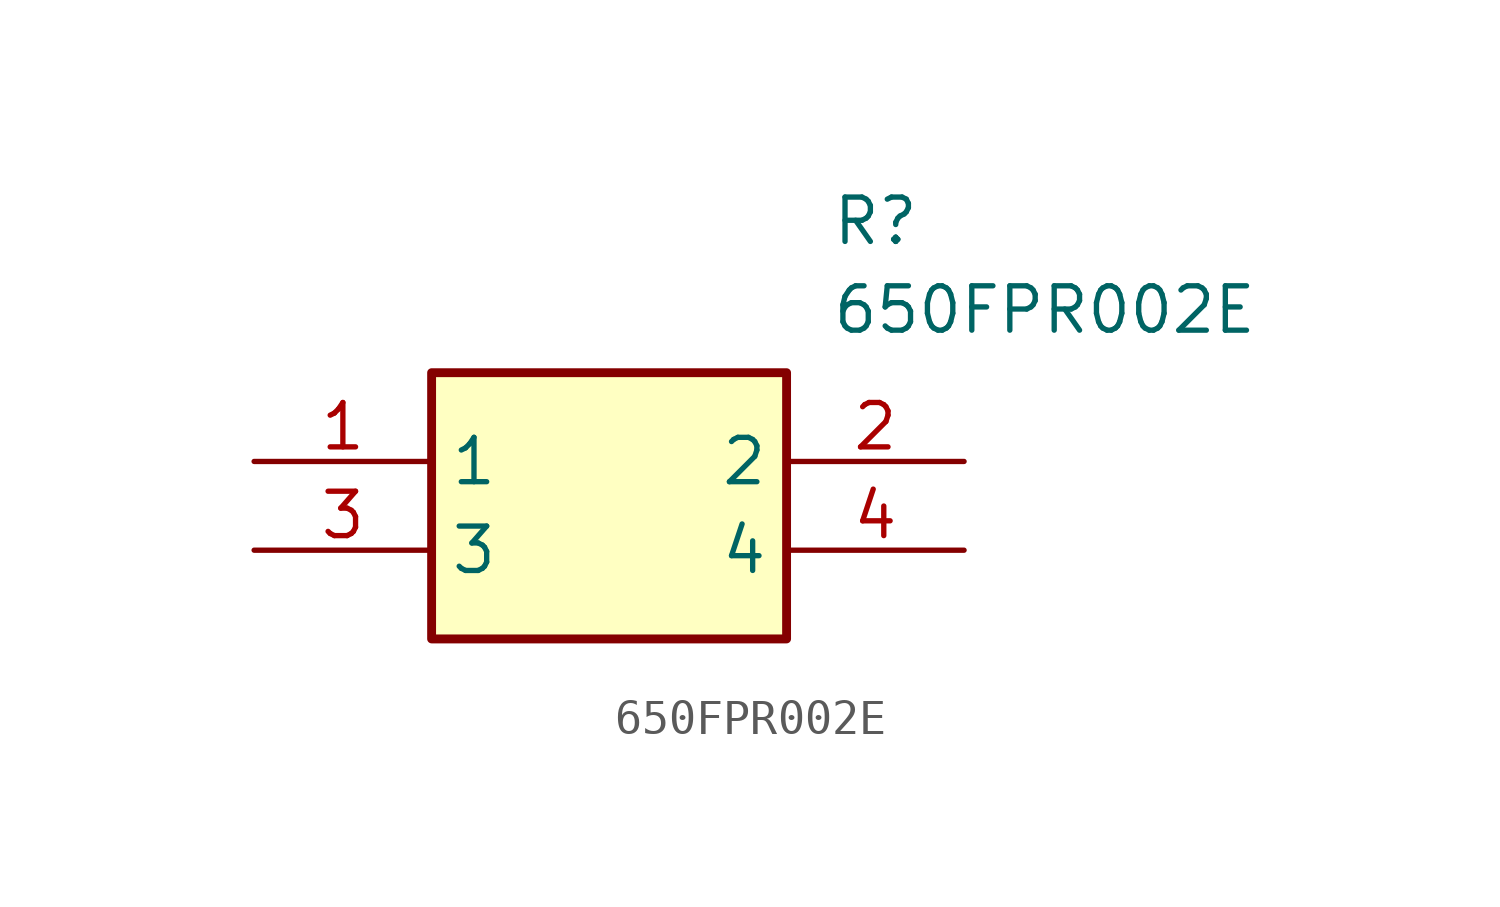
<source format=kicad_sym>
(kicad_symbol_lib
  (version 20211014)
  (generator SamacSys_ECAD_Model)
  (symbol "650FPR002E"
    (property "Reference" "R"
      (at 16.51 7.62 0)
      (effects (font (size 1.27 1.27)) (justify left top)))
    (property "Value" "650FPR002E"
      (at 16.51 5.08 0)
      (effects (font (size 1.27 1.27)) (justify left top)))
    (rectangle
      (start 5.08 2.54)
      (end 15.24 -5.08)
      (stroke (width 0.254) (type default))
      (fill (type background)))
    (pin passive line
      (at 0 0 0)
      (length 5.08)
      (name "1" (effects (font (size 1.27 1.27))))
      (number "1" (effects (font (size 1.27 1.27)))))
    (pin passive line
      (at 20.32 0 180)
      (length 5.08)
      (name "2" (effects (font (size 1.27 1.27))))
      (number "2" (effects (font (size 1.27 1.27)))))
    (pin passive line
      (at 0 -2.54 0)
      (length 5.08)
      (name "3" (effects (font (size 1.27 1.27))))
      (number "3" (effects (font (size 1.27 1.27)))))
    (pin passive line
      (at 20.32 -2.54 180)
      (length 5.08)
      (name "4" (effects (font (size 1.27 1.27))))
      (number "4" (effects (font (size 1.27 1.27)))))))
</source>
